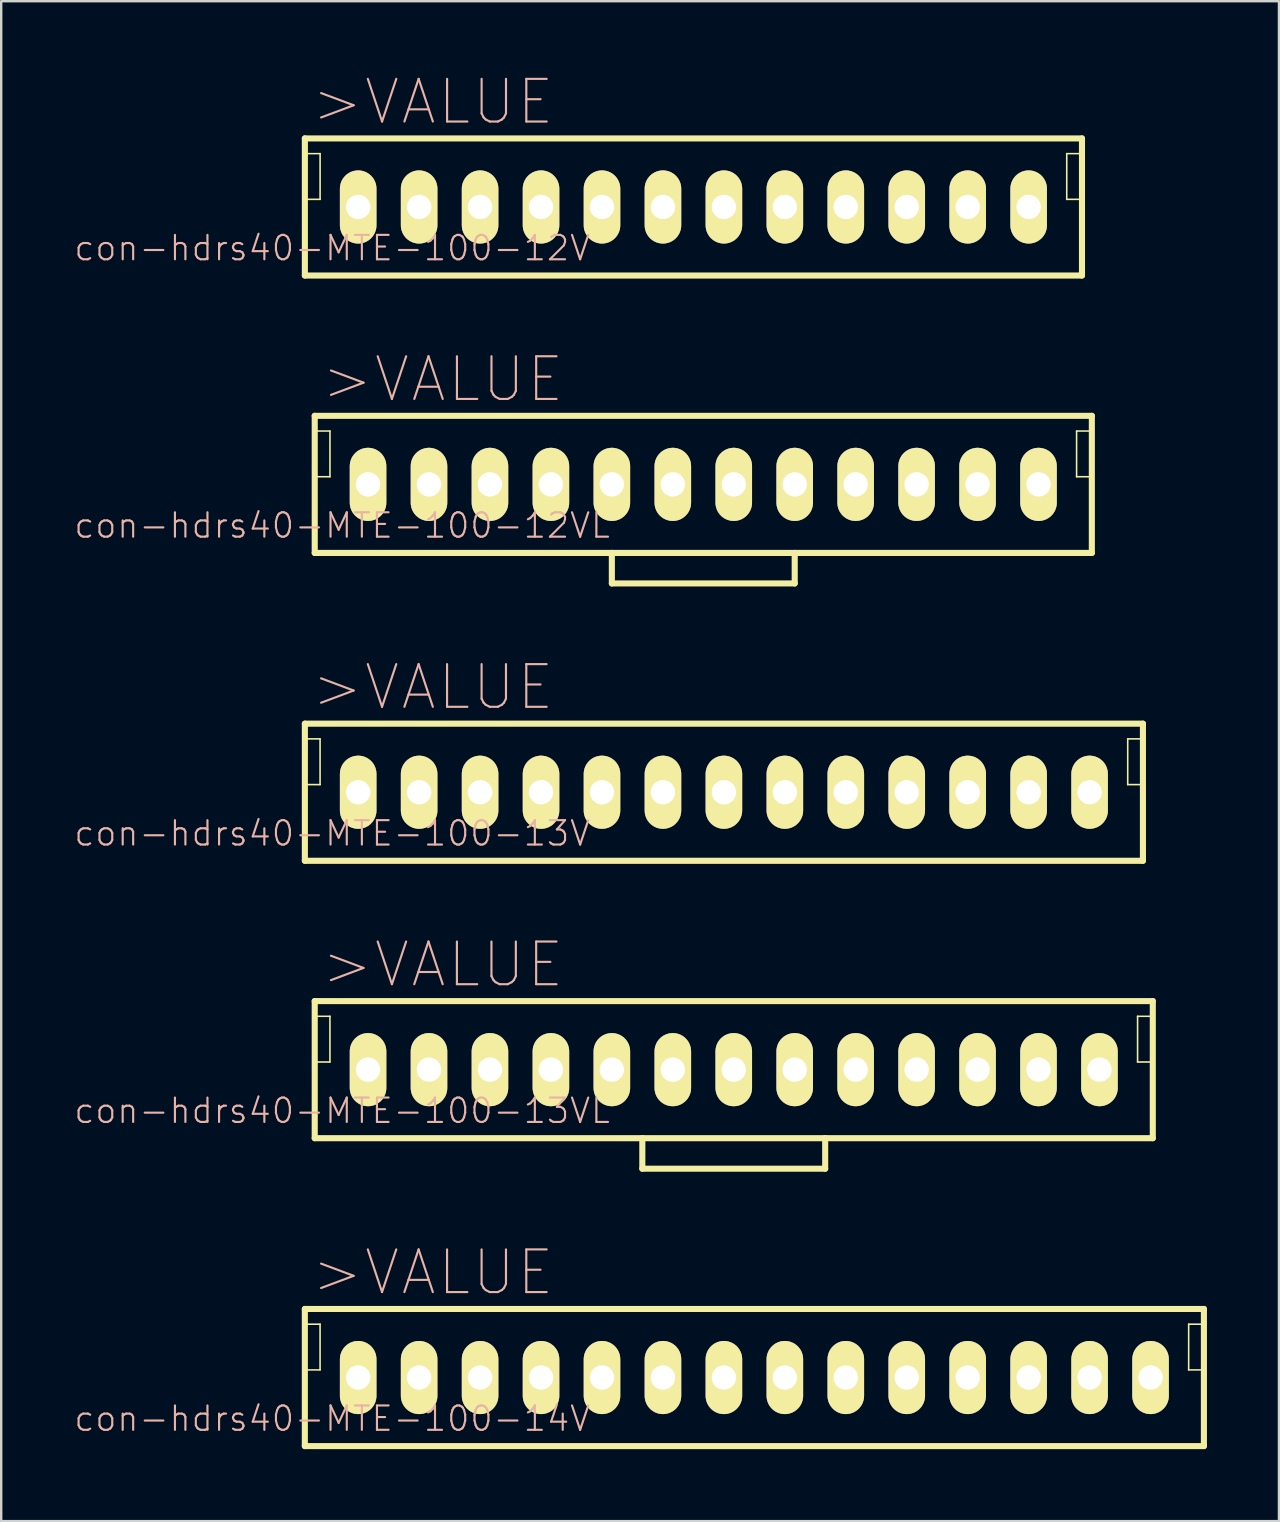
<source format=kicad_pcb>
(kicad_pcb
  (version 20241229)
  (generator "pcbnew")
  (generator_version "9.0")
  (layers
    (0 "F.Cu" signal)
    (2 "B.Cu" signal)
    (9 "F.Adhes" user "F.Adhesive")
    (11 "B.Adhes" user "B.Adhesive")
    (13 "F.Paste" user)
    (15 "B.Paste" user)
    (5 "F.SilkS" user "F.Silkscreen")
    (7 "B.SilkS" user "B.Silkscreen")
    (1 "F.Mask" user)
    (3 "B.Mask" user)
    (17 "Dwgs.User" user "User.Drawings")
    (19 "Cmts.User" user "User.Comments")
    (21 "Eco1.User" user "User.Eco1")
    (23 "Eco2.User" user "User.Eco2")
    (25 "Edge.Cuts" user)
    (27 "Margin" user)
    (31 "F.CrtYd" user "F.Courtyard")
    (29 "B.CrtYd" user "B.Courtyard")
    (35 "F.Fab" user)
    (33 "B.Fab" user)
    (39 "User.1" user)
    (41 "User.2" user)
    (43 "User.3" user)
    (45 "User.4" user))
  (footprint "con-hdrs40-MTE-100-13VL"
    (layer "F.Cu")
    (at 27.527 41.524)
    (property "Reference" "con-hdrs40-MTE-100-13VL" (at -16.32 1.714 0) (layer "B.SilkS") (effects (font (size 1.016 1.016) (thickness 0.089))))
    (attr exclude_from_pos_files exclude_from_bom)
    (fp_line (start -17.462 -2.857) (end -17.462 2.857) (stroke (width 0.254) (type solid)) (layer "F.SilkS"))
    (fp_line (start -17.462 -2.223) (end -16.828 -2.223) (stroke (width 0.066) (type solid)) (layer "F.SilkS"))
    (fp_line (start -17.462 -0.318) (end -17.462 -2.223) (stroke (width 0.066) (type solid)) (layer "F.SilkS"))
    (fp_line (start -17.462 -0.318) (end -16.828 -0.318) (stroke (width 0.066) (type solid)) (layer "F.SilkS"))
    (fp_line (start -17.462 2.857) (end -3.81 2.857) (stroke (width 0.254) (type solid)) (layer "F.SilkS"))
    (fp_line (start -16.828 -0.318) (end -16.828 -2.223) (stroke (width 0.066) (type solid)) (layer "F.SilkS"))
    (fp_line (start -3.81 2.857) (end 3.81 2.857) (stroke (width 0.254) (type solid)) (layer "F.SilkS"))
    (fp_line (start -3.81 4.128) (end -3.81 2.857) (stroke (width 0.254) (type solid)) (layer "F.SilkS"))
    (fp_line (start 3.81 2.857) (end 3.81 4.128) (stroke (width 0.254) (type solid)) (layer "F.SilkS"))
    (fp_line (start 3.81 2.857) (end 17.462 2.857) (stroke (width 0.254) (type solid)) (layer "F.SilkS"))
    (fp_line (start 3.81 4.128) (end -3.81 4.128) (stroke (width 0.254) (type solid)) (layer "F.SilkS"))
    (fp_line (start 16.828 -2.223) (end 17.462 -2.223) (stroke (width 0.066) (type solid)) (layer "F.SilkS"))
    (fp_line (start 16.828 -0.318) (end 16.828 -2.223) (stroke (width 0.066) (type solid)) (layer "F.SilkS"))
    (fp_line (start 16.828 -0.318) (end 17.462 -0.318) (stroke (width 0.066) (type solid)) (layer "F.SilkS"))
    (fp_line (start 17.462 -2.857) (end -17.462 -2.857) (stroke (width 0.254) (type solid)) (layer "F.SilkS"))
    (fp_line (start 17.462 -0.318) (end 17.462 -2.223) (stroke (width 0.066) (type solid)) (layer "F.SilkS"))
    (fp_line (start 17.462 2.857) (end 17.462 -2.857) (stroke (width 0.254) (type solid)) (layer "F.SilkS"))
    (fp_text user ">VALUE" (at -12.129 -4.379 0) (layer "B.SilkS") (effects (font (size 1.778 1.778) (thickness 0.089))))
    (pad "1" thru_hole oval (at -15.24 0) (size 1.524 3.048) (drill 1.016) (layers "*.Cu" "F.Mask" "F.SilkS" "F.Paste"))
    (pad "2" thru_hole oval (at -12.7 0) (size 1.524 3.048) (drill 1.016) (layers "*.Cu" "F.Mask" "F.SilkS" "F.Paste"))
    (pad "3" thru_hole oval (at -10.16 0) (size 1.524 3.048) (drill 1.016) (layers "*.Cu" "F.Mask" "F.SilkS" "F.Paste"))
    (pad "4" thru_hole oval (at -7.62 0) (size 1.524 3.048) (drill 1.016) (layers "*.Cu" "F.Mask" "F.SilkS" "F.Paste"))
    (pad "5" thru_hole oval (at -5.08 0) (size 1.524 3.048) (drill 1.016) (layers "*.Cu" "F.Mask" "F.SilkS" "F.Paste"))
    (pad "6" thru_hole oval (at -2.54 0) (size 1.524 3.048) (drill 1.016) (layers "*.Cu" "F.Mask" "F.SilkS" "F.Paste"))
    (pad "7" thru_hole oval (at 0 0) (size 1.524 3.048) (drill 1.016) (layers "*.Cu" "F.Mask" "F.SilkS" "F.Paste"))
    (pad "8" thru_hole oval (at 2.54 0) (size 1.524 3.048) (drill 1.016) (layers "*.Cu" "F.Mask" "F.SilkS" "F.Paste"))
    (pad "9" thru_hole oval (at 5.08 0) (size 1.524 3.048) (drill 1.016) (layers "*.Cu" "F.Mask" "F.SilkS" "F.Paste"))
    (pad "10" thru_hole oval (at 7.62 0) (size 1.524 3.048) (drill 1.016) (layers "*.Cu" "F.Mask" "F.SilkS" "F.Paste"))
    (pad "11" thru_hole oval (at 10.16 0) (size 1.524 3.048) (drill 1.016) (layers "*.Cu" "F.Mask" "F.SilkS" "F.Paste"))
    (pad "12" thru_hole oval (at 12.7 0) (size 1.524 3.048) (drill 1.016) (layers "*.Cu" "F.Mask" "F.SilkS" "F.Paste"))
    (pad "13" thru_hole oval (at 15.24 0) (size 1.524 3.048) (drill 1.016) (layers "*.Cu" "F.Mask" "F.SilkS" "F.Paste")))
  (footprint "con-hdrs40-MTE-100-12VL"
    (layer "F.Cu")
    (at 26.257 17.135)
    (property "Reference" "con-hdrs40-MTE-100-12VL" (at -15.05 1.714 0) (layer "B.SilkS") (effects (font (size 1.016 1.016) (thickness 0.089))))
    (attr exclude_from_pos_files exclude_from_bom)
    (fp_line (start -16.192 -2.857) (end -16.192 2.857) (stroke (width 0.254) (type solid)) (layer "F.SilkS"))
    (fp_line (start -16.192 -2.223) (end -15.557 -2.223) (stroke (width 0.066) (type solid)) (layer "F.SilkS"))
    (fp_line (start -16.192 -0.318) (end -16.192 -2.223) (stroke (width 0.066) (type solid)) (layer "F.SilkS"))
    (fp_line (start -16.192 -0.318) (end -15.557 -0.318) (stroke (width 0.066) (type solid)) (layer "F.SilkS"))
    (fp_line (start -16.192 2.857) (end -3.81 2.857) (stroke (width 0.254) (type solid)) (layer "F.SilkS"))
    (fp_line (start -15.557 -0.318) (end -15.557 -2.223) (stroke (width 0.066) (type solid)) (layer "F.SilkS"))
    (fp_line (start -3.81 2.857) (end 3.81 2.857) (stroke (width 0.254) (type solid)) (layer "F.SilkS"))
    (fp_line (start -3.81 4.128) (end -3.81 2.857) (stroke (width 0.254) (type solid)) (layer "F.SilkS"))
    (fp_line (start 3.81 2.857) (end 3.81 4.128) (stroke (width 0.254) (type solid)) (layer "F.SilkS"))
    (fp_line (start 3.81 2.857) (end 16.192 2.857) (stroke (width 0.254) (type solid)) (layer "F.SilkS"))
    (fp_line (start 3.81 4.128) (end -3.81 4.128) (stroke (width 0.254) (type solid)) (layer "F.SilkS"))
    (fp_line (start 15.557 -2.223) (end 16.192 -2.223) (stroke (width 0.066) (type solid)) (layer "F.SilkS"))
    (fp_line (start 15.557 -0.318) (end 15.557 -2.223) (stroke (width 0.066) (type solid)) (layer "F.SilkS"))
    (fp_line (start 15.557 -0.318) (end 16.192 -0.318) (stroke (width 0.066) (type solid)) (layer "F.SilkS"))
    (fp_line (start 16.192 -2.857) (end -16.192 -2.857) (stroke (width 0.254) (type solid)) (layer "F.SilkS"))
    (fp_line (start 16.192 -0.318) (end 16.192 -2.223) (stroke (width 0.066) (type solid)) (layer "F.SilkS"))
    (fp_line (start 16.192 2.857) (end 16.192 -2.857) (stroke (width 0.254) (type solid)) (layer "F.SilkS"))
    (fp_text user ">VALUE" (at -10.858 -4.379 0) (layer "B.SilkS") (effects (font (size 1.778 1.778) (thickness 0.089))))
    (pad "1" thru_hole oval (at -13.97 0) (size 1.524 3.048) (drill 1.016) (layers "*.Cu" "F.Mask" "F.SilkS" "F.Paste"))
    (pad "2" thru_hole oval (at -11.43 0) (size 1.524 3.048) (drill 1.016) (layers "*.Cu" "F.Mask" "F.SilkS" "F.Paste"))
    (pad "3" thru_hole oval (at -8.89 0) (size 1.524 3.048) (drill 1.016) (layers "*.Cu" "F.Mask" "F.SilkS" "F.Paste"))
    (pad "4" thru_hole oval (at -6.35 0) (size 1.524 3.048) (drill 1.016) (layers "*.Cu" "F.Mask" "F.SilkS" "F.Paste"))
    (pad "5" thru_hole oval (at -3.81 0) (size 1.524 3.048) (drill 1.016) (layers "*.Cu" "F.Mask" "F.SilkS" "F.Paste"))
    (pad "6" thru_hole oval (at -1.27 0) (size 1.524 3.048) (drill 1.016) (layers "*.Cu" "F.Mask" "F.SilkS" "F.Paste"))
    (pad "7" thru_hole oval (at 1.27 0) (size 1.524 3.048) (drill 1.016) (layers "*.Cu" "F.Mask" "F.SilkS" "F.Paste"))
    (pad "8" thru_hole oval (at 3.81 0) (size 1.524 3.048) (drill 1.016) (layers "*.Cu" "F.Mask" "F.SilkS" "F.Paste"))
    (pad "9" thru_hole oval (at 6.35 0) (size 1.524 3.048) (drill 1.016) (layers "*.Cu" "F.Mask" "F.SilkS" "F.Paste"))
    (pad "10" thru_hole oval (at 8.89 0) (size 1.524 3.048) (drill 1.016) (layers "*.Cu" "F.Mask" "F.SilkS" "F.Paste"))
    (pad "11" thru_hole oval (at 11.43 0) (size 1.524 3.048) (drill 1.016) (layers "*.Cu" "F.Mask" "F.SilkS" "F.Paste"))
    (pad "12" thru_hole oval (at 13.97 0) (size 1.524 3.048) (drill 1.016) (layers "*.Cu" "F.Mask" "F.SilkS" "F.Paste")))
  (footprint "con-hdrs40-MTE-100-13V"
    (layer "F.Cu")
    (at 27.116 29.964)
    (property "Reference" "con-hdrs40-MTE-100-13V" (at -16.32 1.714 0) (layer "B.SilkS") (effects (font (size 1.016 1.016) (thickness 0.089))))
    (attr exclude_from_pos_files exclude_from_bom)
    (fp_line (start -17.462 -2.857) (end -17.462 2.857) (stroke (width 0.254) (type solid)) (layer "F.SilkS"))
    (fp_line (start -17.462 -2.223) (end -16.828 -2.223) (stroke (width 0.066) (type solid)) (layer "F.SilkS"))
    (fp_line (start -17.462 -0.318) (end -17.462 -2.223) (stroke (width 0.066) (type solid)) (layer "F.SilkS"))
    (fp_line (start -17.462 -0.318) (end -16.828 -0.318) (stroke (width 0.066) (type solid)) (layer "F.SilkS"))
    (fp_line (start -17.462 2.857) (end 17.462 2.857) (stroke (width 0.254) (type solid)) (layer "F.SilkS"))
    (fp_line (start -16.828 -0.318) (end -16.828 -2.223) (stroke (width 0.066) (type solid)) (layer "F.SilkS"))
    (fp_line (start 16.828 -2.223) (end 17.462 -2.223) (stroke (width 0.066) (type solid)) (layer "F.SilkS"))
    (fp_line (start 16.828 -0.318) (end 16.828 -2.223) (stroke (width 0.066) (type solid)) (layer "F.SilkS"))
    (fp_line (start 16.828 -0.318) (end 17.462 -0.318) (stroke (width 0.066) (type solid)) (layer "F.SilkS"))
    (fp_line (start 17.462 -2.857) (end -17.462 -2.857) (stroke (width 0.254) (type solid)) (layer "F.SilkS"))
    (fp_line (start 17.462 -0.318) (end 17.462 -2.223) (stroke (width 0.066) (type solid)) (layer "F.SilkS"))
    (fp_line (start 17.462 2.857) (end 17.462 -2.857) (stroke (width 0.254) (type solid)) (layer "F.SilkS"))
    (fp_text user ">VALUE" (at -12.129 -4.379 0) (layer "B.SilkS") (effects (font (size 1.778 1.778) (thickness 0.089))))
    (pad "1" thru_hole oval (at -15.24 0) (size 1.524 3.048) (drill 1.016) (layers "*.Cu" "F.Mask" "F.SilkS" "F.Paste"))
    (pad "2" thru_hole oval (at -12.7 0) (size 1.524 3.048) (drill 1.016) (layers "*.Cu" "F.Mask" "F.SilkS" "F.Paste"))
    (pad "3" thru_hole oval (at -10.16 0) (size 1.524 3.048) (drill 1.016) (layers "*.Cu" "F.Mask" "F.SilkS" "F.Paste"))
    (pad "4" thru_hole oval (at -7.62 0) (size 1.524 3.048) (drill 1.016) (layers "*.Cu" "F.Mask" "F.SilkS" "F.Paste"))
    (pad "5" thru_hole oval (at -5.08 0) (size 1.524 3.048) (drill 1.016) (layers "*.Cu" "F.Mask" "F.SilkS" "F.Paste"))
    (pad "6" thru_hole oval (at -2.54 0) (size 1.524 3.048) (drill 1.016) (layers "*.Cu" "F.Mask" "F.SilkS" "F.Paste"))
    (pad "7" thru_hole oval (at 0 0) (size 1.524 3.048) (drill 1.016) (layers "*.Cu" "F.Mask" "F.SilkS" "F.Paste"))
    (pad "8" thru_hole oval (at 2.54 0) (size 1.524 3.048) (drill 1.016) (layers "*.Cu" "F.Mask" "F.SilkS" "F.Paste"))
    (pad "9" thru_hole oval (at 5.08 0) (size 1.524 3.048) (drill 1.016) (layers "*.Cu" "F.Mask" "F.SilkS" "F.Paste"))
    (pad "10" thru_hole oval (at 7.62 0) (size 1.524 3.048) (drill 1.016) (layers "*.Cu" "F.Mask" "F.SilkS" "F.Paste"))
    (pad "11" thru_hole oval (at 10.16 0) (size 1.524 3.048) (drill 1.016) (layers "*.Cu" "F.Mask" "F.SilkS" "F.Paste"))
    (pad "12" thru_hole oval (at 12.7 0) (size 1.524 3.048) (drill 1.016) (layers "*.Cu" "F.Mask" "F.SilkS" "F.Paste"))
    (pad "13" thru_hole oval (at 15.24 0) (size 1.524 3.048) (drill 1.016) (layers "*.Cu" "F.Mask" "F.SilkS" "F.Paste")))
  (footprint "con-hdrs40-MTE-100-12V"
    (layer "F.Cu")
    (at 25.846 5.575)
    (property "Reference" "con-hdrs40-MTE-100-12V" (at -15.05 1.714 0) (layer "B.SilkS") (effects (font (size 1.016 1.016) (thickness 0.089))))
    (attr exclude_from_pos_files exclude_from_bom)
    (fp_line (start -16.192 -2.857) (end -16.192 2.857) (stroke (width 0.254) (type solid)) (layer "F.SilkS"))
    (fp_line (start -16.192 -2.223) (end -15.557 -2.223) (stroke (width 0.066) (type solid)) (layer "F.SilkS"))
    (fp_line (start -16.192 -0.318) (end -16.192 -2.223) (stroke (width 0.066) (type solid)) (layer "F.SilkS"))
    (fp_line (start -16.192 -0.318) (end -15.557 -0.318) (stroke (width 0.066) (type solid)) (layer "F.SilkS"))
    (fp_line (start -16.192 2.857) (end 16.192 2.857) (stroke (width 0.254) (type solid)) (layer "F.SilkS"))
    (fp_line (start -15.557 -0.318) (end -15.557 -2.223) (stroke (width 0.066) (type solid)) (layer "F.SilkS"))
    (fp_line (start 15.557 -2.223) (end 16.192 -2.223) (stroke (width 0.066) (type solid)) (layer "F.SilkS"))
    (fp_line (start 15.557 -0.318) (end 15.557 -2.223) (stroke (width 0.066) (type solid)) (layer "F.SilkS"))
    (fp_line (start 15.557 -0.318) (end 16.192 -0.318) (stroke (width 0.066) (type solid)) (layer "F.SilkS"))
    (fp_line (start 16.192 -2.857) (end -16.192 -2.857) (stroke (width 0.254) (type solid)) (layer "F.SilkS"))
    (fp_line (start 16.192 -0.318) (end 16.192 -2.223) (stroke (width 0.066) (type solid)) (layer "F.SilkS"))
    (fp_line (start 16.192 2.857) (end 16.192 -2.857) (stroke (width 0.254) (type solid)) (layer "F.SilkS"))
    (fp_text user ">VALUE" (at -10.858 -4.379 0) (layer "B.SilkS") (effects (font (size 1.778 1.778) (thickness 0.089))))
    (pad "1" thru_hole oval (at -13.97 0) (size 1.524 3.048) (drill 1.016) (layers "*.Cu" "F.Mask" "F.SilkS" "F.Paste"))
    (pad "2" thru_hole oval (at -11.43 0) (size 1.524 3.048) (drill 1.016) (layers "*.Cu" "F.Mask" "F.SilkS" "F.Paste"))
    (pad "3" thru_hole oval (at -8.89 0) (size 1.524 3.048) (drill 1.016) (layers "*.Cu" "F.Mask" "F.SilkS" "F.Paste"))
    (pad "4" thru_hole oval (at -6.35 0) (size 1.524 3.048) (drill 1.016) (layers "*.Cu" "F.Mask" "F.SilkS" "F.Paste"))
    (pad "5" thru_hole oval (at -3.81 0) (size 1.524 3.048) (drill 1.016) (layers "*.Cu" "F.Mask" "F.SilkS" "F.Paste"))
    (pad "6" thru_hole oval (at -1.27 0) (size 1.524 3.048) (drill 1.016) (layers "*.Cu" "F.Mask" "F.SilkS" "F.Paste"))
    (pad "7" thru_hole oval (at 1.27 0) (size 1.524 3.048) (drill 1.016) (layers "*.Cu" "F.Mask" "F.SilkS" "F.Paste"))
    (pad "8" thru_hole oval (at 3.81 0) (size 1.524 3.048) (drill 1.016) (layers "*.Cu" "F.Mask" "F.SilkS" "F.Paste"))
    (pad "9" thru_hole oval (at 6.35 0) (size 1.524 3.048) (drill 1.016) (layers "*.Cu" "F.Mask" "F.SilkS" "F.Paste"))
    (pad "10" thru_hole oval (at 8.89 0) (size 1.524 3.048) (drill 1.016) (layers "*.Cu" "F.Mask" "F.SilkS" "F.Paste"))
    (pad "11" thru_hole oval (at 11.43 0) (size 1.524 3.048) (drill 1.016) (layers "*.Cu" "F.Mask" "F.SilkS" "F.Paste"))
    (pad "12" thru_hole oval (at 13.97 0) (size 1.524 3.048) (drill 1.016) (layers "*.Cu" "F.Mask" "F.SilkS" "F.Paste")))
  (footprint "con-hdrs40-MTE-100-14V"
    (layer "F.Cu")
    (at 28.386 54.354)
    (property "Reference" "con-hdrs40-MTE-100-14V" (at -17.59 1.714 0) (layer "B.SilkS") (effects (font (size 1.016 1.016) (thickness 0.089))))
    (attr exclude_from_pos_files exclude_from_bom)
    (fp_line (start -18.733 -2.857) (end -18.733 2.857) (stroke (width 0.254) (type solid)) (layer "F.SilkS"))
    (fp_line (start -18.733 -2.223) (end -18.098 -2.223) (stroke (width 0.066) (type solid)) (layer "F.SilkS"))
    (fp_line (start -18.733 -0.318) (end -18.733 -2.223) (stroke (width 0.066) (type solid)) (layer "F.SilkS"))
    (fp_line (start -18.733 -0.318) (end -18.098 -0.318) (stroke (width 0.066) (type solid)) (layer "F.SilkS"))
    (fp_line (start -18.733 2.857) (end 18.733 2.857) (stroke (width 0.254) (type solid)) (layer "F.SilkS"))
    (fp_line (start -18.098 -0.318) (end -18.098 -2.223) (stroke (width 0.066) (type solid)) (layer "F.SilkS"))
    (fp_line (start 18.098 -2.223) (end 18.733 -2.223) (stroke (width 0.066) (type solid)) (layer "F.SilkS"))
    (fp_line (start 18.098 -0.318) (end 18.098 -2.223) (stroke (width 0.066) (type solid)) (layer "F.SilkS"))
    (fp_line (start 18.098 -0.318) (end 18.733 -0.318) (stroke (width 0.066) (type solid)) (layer "F.SilkS"))
    (fp_line (start 18.733 -2.857) (end -18.733 -2.857) (stroke (width 0.254) (type solid)) (layer "F.SilkS"))
    (fp_line (start 18.733 -0.318) (end 18.733 -2.223) (stroke (width 0.066) (type solid)) (layer "F.SilkS"))
    (fp_line (start 18.733 2.857) (end 18.733 -2.857) (stroke (width 0.254) (type solid)) (layer "F.SilkS"))
    (fp_text user ">VALUE" (at -13.399 -4.379 0) (layer "B.SilkS") (effects (font (size 1.778 1.778) (thickness 0.089))))
    (pad "1" thru_hole oval (at -16.51 0) (size 1.524 3.048) (drill 1.016) (layers "*.Cu" "F.Mask" "F.SilkS" "F.Paste"))
    (pad "2" thru_hole oval (at -13.97 0) (size 1.524 3.048) (drill 1.016) (layers "*.Cu" "F.Mask" "F.SilkS" "F.Paste"))
    (pad "3" thru_hole oval (at -11.43 0) (size 1.524 3.048) (drill 1.016) (layers "*.Cu" "F.Mask" "F.SilkS" "F.Paste"))
    (pad "4" thru_hole oval (at -8.89 0) (size 1.524 3.048) (drill 1.016) (layers "*.Cu" "F.Mask" "F.SilkS" "F.Paste"))
    (pad "5" thru_hole oval (at -6.35 0) (size 1.524 3.048) (drill 1.016) (layers "*.Cu" "F.Mask" "F.SilkS" "F.Paste"))
    (pad "6" thru_hole oval (at -3.81 0) (size 1.524 3.048) (drill 1.016) (layers "*.Cu" "F.Mask" "F.SilkS" "F.Paste"))
    (pad "7" thru_hole oval (at -1.27 0) (size 1.524 3.048) (drill 1.016) (layers "*.Cu" "F.Mask" "F.SilkS" "F.Paste"))
    (pad "8" thru_hole oval (at 1.27 0) (size 1.524 3.048) (drill 1.016) (layers "*.Cu" "F.Mask" "F.SilkS" "F.Paste"))
    (pad "9" thru_hole oval (at 3.81 0) (size 1.524 3.048) (drill 1.016) (layers "*.Cu" "F.Mask" "F.SilkS" "F.Paste"))
    (pad "10" thru_hole oval (at 6.35 0) (size 1.524 3.048) (drill 1.016) (layers "*.Cu" "F.Mask" "F.SilkS" "F.Paste"))
    (pad "11" thru_hole oval (at 8.89 0) (size 1.524 3.048) (drill 1.016) (layers "*.Cu" "F.Mask" "F.SilkS" "F.Paste"))
    (pad "12" thru_hole oval (at 11.43 0) (size 1.524 3.048) (drill 1.016) (layers "*.Cu" "F.Mask" "F.SilkS" "F.Paste"))
    (pad "13" thru_hole oval (at 13.97 0) (size 1.524 3.048) (drill 1.016) (layers "*.Cu" "F.Mask" "F.SilkS" "F.Paste"))
    (pad "14" thru_hole oval (at 16.51 0) (size 1.524 3.048) (drill 1.016) (layers "*.Cu" "F.Mask" "F.SilkS" "F.Paste")))
  (gr_rect
    (start -3 -3)
    (end 50.246 60.338)
    (stroke (width 0.1) (type default))
    (fill no)
    (layer "Edge.Cuts")))
</source>
